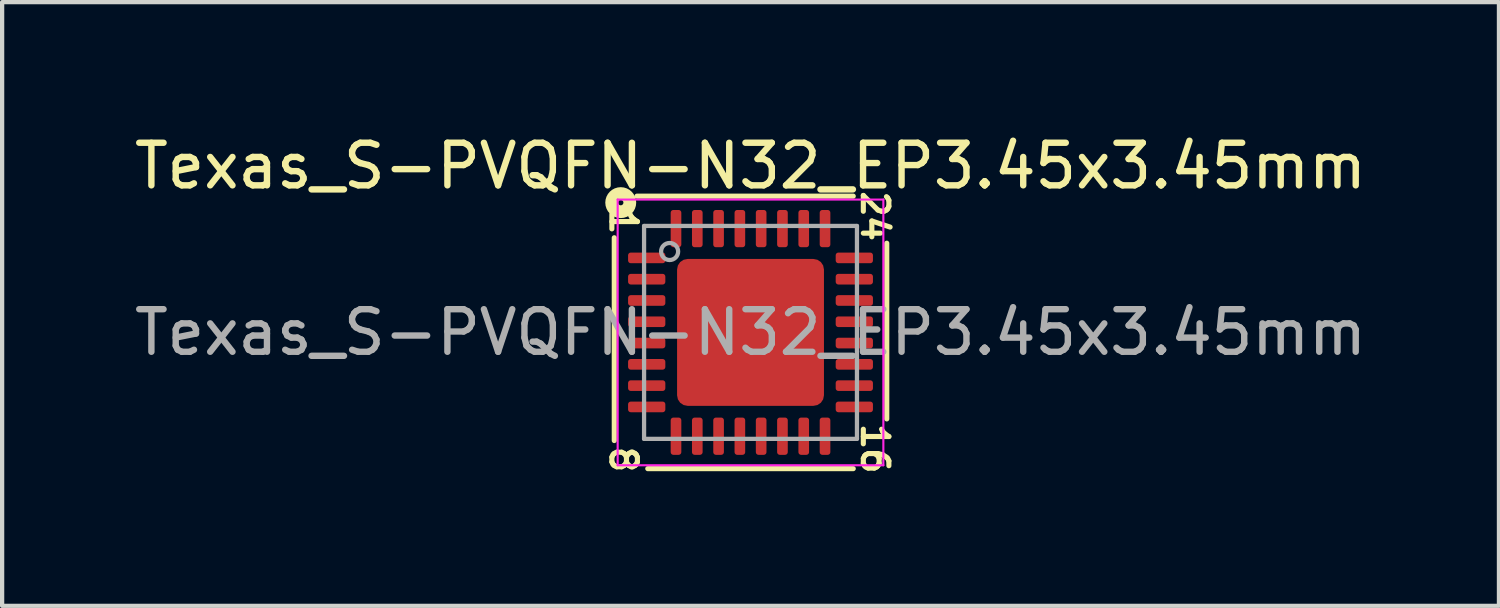
<source format=kicad_pcb>
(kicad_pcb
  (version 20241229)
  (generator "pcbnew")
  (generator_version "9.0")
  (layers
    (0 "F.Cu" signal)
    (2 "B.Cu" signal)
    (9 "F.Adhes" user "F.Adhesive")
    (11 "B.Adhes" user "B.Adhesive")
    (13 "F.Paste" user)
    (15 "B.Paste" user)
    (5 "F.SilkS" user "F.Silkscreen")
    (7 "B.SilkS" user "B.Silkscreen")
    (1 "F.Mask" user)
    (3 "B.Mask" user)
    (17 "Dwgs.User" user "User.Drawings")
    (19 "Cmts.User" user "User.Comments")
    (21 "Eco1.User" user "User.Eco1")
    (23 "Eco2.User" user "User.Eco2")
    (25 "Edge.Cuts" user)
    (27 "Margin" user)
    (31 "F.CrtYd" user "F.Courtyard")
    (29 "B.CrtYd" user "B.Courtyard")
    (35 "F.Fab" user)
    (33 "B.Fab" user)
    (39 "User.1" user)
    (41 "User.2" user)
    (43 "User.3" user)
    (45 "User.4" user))
  (footprint "Texas_S-PVQFN-N32_EP3.45x3.45mm"
    (layer "F.Cu")
    (at 14.577 4.757)
    (property "Reference" "Texas_S-PVQFN-N32_EP3.45x3.45mm" (at 0 -3.909 0) (layer "F.SilkS") (effects (font (size 1 1) (thickness 0.15))))
    (attr smd)
    (fp_line (start -3.2 -2.223) (end -3.2 2.54) (stroke (width 0.12) (type solid)) (layer "F.SilkS"))
    (fp_line (start -2.413 3.2) (end 2.413 3.2) (stroke (width 0.12) (type solid)) (layer "F.SilkS"))
    (fp_line (start 2.413 -3.2) (end -2.667 -3.2) (stroke (width 0.12) (type solid)) (layer "F.SilkS"))
    (fp_line (start 3.2 2.032) (end 3.2 -2.095) (stroke (width 0.12) (type solid)) (layer "F.SilkS"))
    (fp_circle (center -3.048 -3.048) (end -2.985 -3.048) (stroke (width 0.3) (type solid)) (fill no) (layer "F.SilkS"))
    (fp_line (start -3.12 -3.12) (end -3.12 3.12) (stroke (width 0.05) (type solid)) (layer "F.CrtYd"))
    (fp_line (start -3.12 3.12) (end 3.12 3.12) (stroke (width 0.05) (type solid)) (layer "F.CrtYd"))
    (fp_line (start 3.12 -3.12) (end -3.12 -3.12) (stroke (width 0.05) (type solid)) (layer "F.CrtYd"))
    (fp_line (start 3.12 3.12) (end 3.12 -3.12) (stroke (width 0.05) (type solid)) (layer "F.CrtYd"))
    (fp_line (start -2.5 -2.5) (end 2.5 -2.5) (stroke (width 0.1) (type solid)) (layer "F.Fab"))
    (fp_line (start -2.5 2.5) (end -2.5 -2.5) (stroke (width 0.1) (type solid)) (layer "F.Fab"))
    (fp_line (start 2.5 -2.5) (end 2.5 2.5) (stroke (width 0.1) (type solid)) (layer "F.Fab"))
    (fp_line (start 2.5 2.5) (end -2.5 2.5) (stroke (width 0.1) (type solid)) (layer "F.Fab"))
    (fp_circle (center -1.9 -1.9) (end -1.7 -1.9) (stroke (width 0.1) (type solid)) (fill no) (layer "F.Fab"))
    (fp_text user "24" (at 2.921 -2.731 270) (unlocked yes) (layer "F.SilkS") (effects (font (size 0.6 0.6) (thickness 0.12))))
    (fp_text user "8" (at -2.985 2.985 270) (unlocked yes) (layer "F.SilkS") (effects (font (size 0.6 0.6) (thickness 0.12))))
    (fp_text user "16" (at 2.921 2.731 270) (unlocked yes) (layer "F.SilkS") (effects (font (size 0.6 0.6) (thickness 0.12))))
    (fp_text user "1" (at -2.985 -2.603 270) (unlocked yes) (layer "F.SilkS") (effects (font (size 0.6 0.6) (thickness 0.12))))
    (fp_text user "${REFERENCE}" (at 0 0 0) (layer "F.Fab") (effects (font (size 1 1) (thickness 0.15))))
    (pad "" smd roundrect (at -1.15 -1.15) (size 0.93 0.93) (layers "F.Paste") (roundrect_rratio 0.25))
    (pad "" smd roundrect (at -1.15 0) (size 0.93 0.93) (layers "F.Paste") (roundrect_rratio 0.25))
    (pad "" smd roundrect (at -1.15 1.15) (size 0.93 0.93) (layers "F.Paste") (roundrect_rratio 0.25))
    (pad "" smd roundrect (at 0 -1.15) (size 0.93 0.93) (layers "F.Paste") (roundrect_rratio 0.25))
    (pad "" smd roundrect (at 0 0) (size 0.93 0.93) (layers "F.Paste") (roundrect_rratio 0.25))
    (pad "" smd roundrect (at 0 1.15) (size 0.93 0.93) (layers "F.Paste") (roundrect_rratio 0.25))
    (pad "" smd roundrect (at 1.15 -1.15) (size 0.93 0.93) (layers "F.Paste") (roundrect_rratio 0.25))
    (pad "" smd roundrect (at 1.15 0) (size 0.93 0.93) (layers "F.Paste") (roundrect_rratio 0.25))
    (pad "" smd roundrect (at 1.15 1.15) (size 0.93 0.93) (layers "F.Paste") (roundrect_rratio 0.25))
    (pad "1" smd roundrect (at -2.438 -1.75) (size 0.875 0.25) (layers "F.Cu" "F.Mask" "F.Paste") (roundrect_rratio 0.25))
    (pad "2" smd roundrect (at -2.438 -1.25) (size 0.875 0.25) (layers "F.Cu" "F.Mask" "F.Paste") (roundrect_rratio 0.25))
    (pad "3" smd roundrect (at -2.438 -0.75) (size 0.875 0.25) (layers "F.Cu" "F.Mask" "F.Paste") (roundrect_rratio 0.25))
    (pad "4" smd roundrect (at -2.438 -0.25) (size 0.875 0.25) (layers "F.Cu" "F.Mask" "F.Paste") (roundrect_rratio 0.25))
    (pad "5" smd roundrect (at -2.438 0.25) (size 0.875 0.25) (layers "F.Cu" "F.Mask" "F.Paste") (roundrect_rratio 0.25))
    (pad "6" smd roundrect (at -2.438 0.75) (size 0.875 0.25) (layers "F.Cu" "F.Mask" "F.Paste") (roundrect_rratio 0.25))
    (pad "7" smd roundrect (at -2.438 1.25) (size 0.875 0.25) (layers "F.Cu" "F.Mask" "F.Paste") (roundrect_rratio 0.25))
    (pad "8" smd roundrect (at -2.438 1.75) (size 0.875 0.25) (layers "F.Cu" "F.Mask" "F.Paste") (roundrect_rratio 0.25))
    (pad "9" smd roundrect (at -1.75 2.438) (size 0.25 0.875) (layers "F.Cu" "F.Mask" "F.Paste") (roundrect_rratio 0.25))
    (pad "10" smd roundrect (at -1.25 2.438) (size 0.25 0.875) (layers "F.Cu" "F.Mask" "F.Paste") (roundrect_rratio 0.25))
    (pad "11" smd roundrect (at -0.75 2.438) (size 0.25 0.875) (layers "F.Cu" "F.Mask" "F.Paste") (roundrect_rratio 0.25))
    (pad "12" smd roundrect (at -0.25 2.438) (size 0.25 0.875) (layers "F.Cu" "F.Mask" "F.Paste") (roundrect_rratio 0.25))
    (pad "13" smd roundrect (at 0.25 2.438) (size 0.25 0.875) (layers "F.Cu" "F.Mask" "F.Paste") (roundrect_rratio 0.25))
    (pad "14" smd roundrect (at 0.75 2.438) (size 0.25 0.875) (layers "F.Cu" "F.Mask" "F.Paste") (roundrect_rratio 0.25))
    (pad "15" smd roundrect (at 1.25 2.438) (size 0.25 0.875) (layers "F.Cu" "F.Mask" "F.Paste") (roundrect_rratio 0.25))
    (pad "16" smd roundrect (at 1.75 2.438) (size 0.25 0.875) (layers "F.Cu" "F.Mask" "F.Paste") (roundrect_rratio 0.25))
    (pad "17" smd roundrect (at 2.438 1.75) (size 0.875 0.25) (layers "F.Cu" "F.Mask" "F.Paste") (roundrect_rratio 0.25))
    (pad "18" smd roundrect (at 2.438 1.25) (size 0.875 0.25) (layers "F.Cu" "F.Mask" "F.Paste") (roundrect_rratio 0.25))
    (pad "19" smd roundrect (at 2.438 0.75) (size 0.875 0.25) (layers "F.Cu" "F.Mask" "F.Paste") (roundrect_rratio 0.25))
    (pad "20" smd roundrect (at 2.438 0.25) (size 0.875 0.25) (layers "F.Cu" "F.Mask" "F.Paste") (roundrect_rratio 0.25))
    (pad "21" smd roundrect (at 2.438 -0.25) (size 0.875 0.25) (layers "F.Cu" "F.Mask" "F.Paste") (roundrect_rratio 0.25))
    (pad "22" smd roundrect (at 2.438 -0.75) (size 0.875 0.25) (layers "F.Cu" "F.Mask" "F.Paste") (roundrect_rratio 0.25))
    (pad "23" smd roundrect (at 2.438 -1.25) (size 0.875 0.25) (layers "F.Cu" "F.Mask" "F.Paste") (roundrect_rratio 0.25))
    (pad "24" smd roundrect (at 2.438 -1.75) (size 0.875 0.25) (layers "F.Cu" "F.Mask" "F.Paste") (roundrect_rratio 0.25))
    (pad "25" smd roundrect (at 1.75 -2.438) (size 0.25 0.875) (layers "F.Cu" "F.Mask" "F.Paste") (roundrect_rratio 0.25))
    (pad "26" smd roundrect (at 1.25 -2.438) (size 0.25 0.875) (layers "F.Cu" "F.Mask" "F.Paste") (roundrect_rratio 0.25))
    (pad "27" smd roundrect (at 0.75 -2.438) (size 0.25 0.875) (layers "F.Cu" "F.Mask" "F.Paste") (roundrect_rratio 0.25))
    (pad "28" smd roundrect (at 0.25 -2.438) (size 0.25 0.875) (layers "F.Cu" "F.Mask" "F.Paste") (roundrect_rratio 0.25))
    (pad "29" smd roundrect (at -0.25 -2.438) (size 0.25 0.875) (layers "F.Cu" "F.Mask" "F.Paste") (roundrect_rratio 0.25))
    (pad "30" smd roundrect (at -0.75 -2.438) (size 0.25 0.875) (layers "F.Cu" "F.Mask" "F.Paste") (roundrect_rratio 0.25))
    (pad "31" smd roundrect (at -1.25 -2.438) (size 0.25 0.875) (layers "F.Cu" "F.Mask" "F.Paste") (roundrect_rratio 0.25))
    (pad "32" smd roundrect (at -1.75 -2.438) (size 0.25 0.875) (layers "F.Cu" "F.Mask" "F.Paste") (roundrect_rratio 0.25))
    (pad "33" smd roundrect (at 0 0) (size 3.45 3.45) (layers "F.Cu" "F.Mask") (roundrect_rratio 0.072)))
  (gr_rect
    (start -3 -3)
    (end 32.155 11.179)
    (stroke (width 0.1) (type default))
    (fill no)
    (layer "Edge.Cuts")))
</source>
